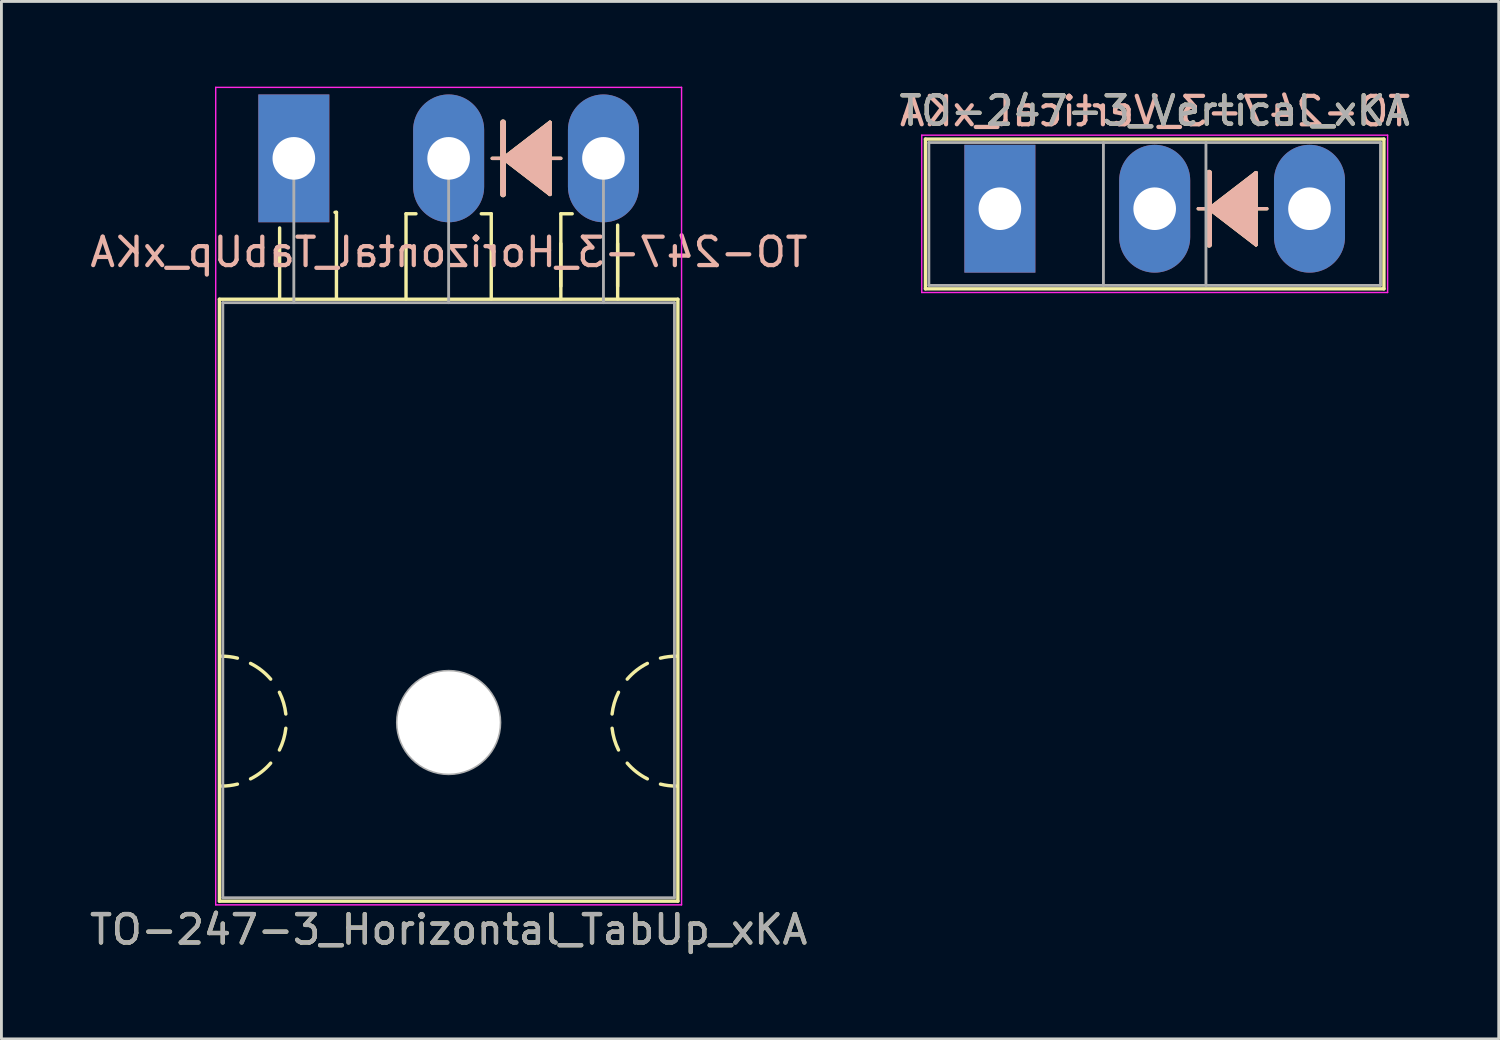
<source format=kicad_pcb>
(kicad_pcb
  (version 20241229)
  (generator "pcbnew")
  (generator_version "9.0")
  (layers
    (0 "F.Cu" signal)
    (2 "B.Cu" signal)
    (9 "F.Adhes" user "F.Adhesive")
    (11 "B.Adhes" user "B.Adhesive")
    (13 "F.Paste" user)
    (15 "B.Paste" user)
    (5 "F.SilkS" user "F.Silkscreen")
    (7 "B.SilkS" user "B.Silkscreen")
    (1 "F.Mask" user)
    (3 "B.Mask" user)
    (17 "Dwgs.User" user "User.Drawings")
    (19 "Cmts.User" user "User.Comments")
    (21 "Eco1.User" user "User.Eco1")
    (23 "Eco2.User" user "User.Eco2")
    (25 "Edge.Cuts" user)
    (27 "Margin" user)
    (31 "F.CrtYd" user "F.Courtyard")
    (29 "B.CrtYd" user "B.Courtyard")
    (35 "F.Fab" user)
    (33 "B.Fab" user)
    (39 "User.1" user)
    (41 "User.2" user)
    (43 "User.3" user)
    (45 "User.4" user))
  (footprint "TO-247-3_Horizontal_TabUp_xKA"
    (layer "F.Cu")
    (at 7.294 2.525)
    (property "Reference" "TO-247-3_Horizontal_TabUp_xKA" (at 5.45 27.15 0) (layer "F.SilkS") (effects (font (size 1 1) (thickness 0.15))))
    (fp_line (start -2.62 4.96) (end -2.62 26.15) (stroke (width 0.12) (type solid)) (layer "F.SilkS"))
    (fp_line (start -2.62 4.96) (end 13.52 4.96) (stroke (width 0.12) (type solid)) (layer "F.SilkS"))
    (fp_line (start -2.62 26.15) (end 13.52 26.15) (stroke (width 0.12) (type solid)) (layer "F.SilkS"))
    (fp_line (start -0.5 4.9) (end -0.5 2.45) (stroke (width 0.12) (type solid)) (layer "F.SilkS"))
    (fp_line (start 1.5 1.9) (end 1.45 1.9) (stroke (width 0.12) (type solid)) (layer "F.SilkS"))
    (fp_line (start 1.5 4.9) (end 1.5 1.9) (stroke (width 0.12) (type solid)) (layer "F.SilkS"))
    (fp_line (start 3.95 1.95) (end 4.3 1.95) (stroke (width 0.12) (type solid)) (layer "F.SilkS"))
    (fp_line (start 3.95 4.95) (end 3.95 1.95) (stroke (width 0.12) (type solid)) (layer "F.SilkS"))
    (fp_line (start 6.95 1.95) (end 6.6 1.95) (stroke (width 0.12) (type solid)) (layer "F.SilkS"))
    (fp_line (start 6.95 4.95) (end 6.95 1.95) (stroke (width 0.12) (type solid)) (layer "F.SilkS"))
    (fp_line (start 6.985 0) (end 7.366 0) (stroke (width 0.12) (type solid)) (layer "F.SilkS"))
    (fp_line (start 7.366 -1.27) (end 7.366 0) (stroke (width 0.2) (type solid)) (layer "F.SilkS"))
    (fp_line (start 7.366 0) (end 7.366 1.27) (stroke (width 0.2) (type solid)) (layer "F.SilkS"))
    (fp_line (start 7.366 0) (end 9.017 1.27) (stroke (width 0.12) (type solid)) (layer "F.SilkS"))
    (fp_line (start 9.017 -1.27) (end 7.366 0) (stroke (width 0.12) (type solid)) (layer "F.SilkS"))
    (fp_line (start 9.017 1.27) (end 9.017 -1.27) (stroke (width 0.12) (type solid)) (layer "F.SilkS"))
    (fp_line (start 9.398 0) (end 9.017 0) (stroke (width 0.12) (type solid)) (layer "F.SilkS"))
    (fp_line (start 9.4 1.95) (end 9.8 1.95) (stroke (width 0.12) (type solid)) (layer "F.SilkS"))
    (fp_line (start 9.4 4.5) (end 9.4 3) (stroke (width 0.12) (type solid)) (layer "F.SilkS"))
    (fp_line (start 9.4 4.95) (end 9.4 1.95) (stroke (width 0.12) (type solid)) (layer "F.SilkS"))
    (fp_line (start 11.4 4.5) (end 11.4 3) (stroke (width 0.12) (type solid)) (layer "F.SilkS"))
    (fp_line (start 11.4 4.95) (end 11.4 2.35) (stroke (width 0.12) (type solid)) (layer "F.SilkS"))
    (fp_line (start 13.52 4.96) (end 13.52 26.15) (stroke (width 0.12) (type solid)) (layer "F.SilkS"))
    (fp_arc (start -2.54 17.526) (mid -2.260689 17.543128) (end -1.985564 17.594254) (stroke (width 0.12) (type solid)) (layer "F.SilkS"))
    (fp_arc (start -1.985564 22.029746) (mid -2.260689 22.080872) (end -2.54 22.098) (stroke (width 0.12) (type solid)) (layer "F.SilkS"))
    (fp_arc (start -1.524001 17.780001) (mid -1.14188 18.02132) (end -0.815088 18.333504) (stroke (width 0.12) (type solid)) (layer "F.SilkS"))
    (fp_arc (start -0.815087 21.290497) (mid -1.141879 21.60268) (end -1.524 21.844) (stroke (width 0.12) (type solid)) (layer "F.SilkS"))
    (fp_arc (start -0.508001 18.796001) (mid -0.361178 19.168563) (end -0.282051 19.561117) (stroke (width 0.12) (type solid)) (layer "F.SilkS"))
    (fp_arc (start -0.282051 20.062883) (mid -0.361178 20.455437) (end -0.508001 20.827999) (stroke (width 0.12) (type solid)) (layer "F.SilkS"))
    (fp_arc (start 11.204051 19.561117) (mid 11.283178 19.168563) (end 11.430001 18.796001) (stroke (width 0.12) (type solid)) (layer "F.SilkS"))
    (fp_arc (start 11.430001 20.827999) (mid 11.283178 20.455437) (end 11.204051 20.062883) (stroke (width 0.12) (type solid)) (layer "F.SilkS"))
    (fp_arc (start 11.737087 18.333503) (mid 12.063879 18.02132) (end 12.446 17.78) (stroke (width 0.12) (type solid)) (layer "F.SilkS"))
    (fp_arc (start 12.446001 21.843999) (mid 12.06388 21.60268) (end 11.737088 21.290496) (stroke (width 0.12) (type solid)) (layer "F.SilkS"))
    (fp_arc (start 12.907564 17.594254) (mid 13.182689 17.543128) (end 13.462 17.526) (stroke (width 0.12) (type solid)) (layer "F.SilkS"))
    (fp_arc (start 13.462 22.098) (mid 13.182689 22.080872) (end 12.907564 22.029746) (stroke (width 0.12) (type solid)) (layer "F.SilkS"))
    (fp_poly (pts (xy 9.017 1.27) (xy 7.366 0) (xy 9.017 -1.27)) (stroke (width 0.1) (type solid)) (fill yes) (layer "F.SilkS"))
    (fp_line (start 6.985 0) (end 7.366 0) (stroke (width 0.12) (type solid)) (layer "B.SilkS"))
    (fp_line (start 7.366 0) (end 7.366 -1.27) (stroke (width 0.2) (type solid)) (layer "B.SilkS"))
    (fp_line (start 7.366 0) (end 9.017 -1.27) (stroke (width 0.12) (type solid)) (layer "B.SilkS"))
    (fp_line (start 7.366 1.27) (end 7.366 0) (stroke (width 0.2) (type solid)) (layer "B.SilkS"))
    (fp_line (start 9.017 -1.27) (end 9.017 1.27) (stroke (width 0.12) (type solid)) (layer "B.SilkS"))
    (fp_line (start 9.017 1.27) (end 7.366 0) (stroke (width 0.12) (type solid)) (layer "B.SilkS"))
    (fp_line (start 9.398 0) (end 9.017 0) (stroke (width 0.12) (type solid)) (layer "B.SilkS"))
    (fp_poly (pts (xy 9.017 -1.27) (xy 7.366 0) (xy 9.017 1.27)) (stroke (width 0.1) (type solid)) (fill yes) (layer "B.SilkS"))
    (fp_line (start -2.75 -2.5) (end -2.75 26.28) (stroke (width 0.05) (type solid)) (layer "F.CrtYd"))
    (fp_line (start -2.75 26.28) (end 13.65 26.28) (stroke (width 0.05) (type solid)) (layer "F.CrtYd"))
    (fp_line (start 13.65 -2.5) (end -2.75 -2.5) (stroke (width 0.05) (type solid)) (layer "F.CrtYd"))
    (fp_line (start 13.65 26.28) (end 13.65 -2.5) (stroke (width 0.05) (type solid)) (layer "F.CrtYd"))
    (fp_line (start -2.5 5.08) (end -2.5 26.03) (stroke (width 0.1) (type solid)) (layer "F.Fab"))
    (fp_line (start -2.5 26.03) (end 13.4 26.03) (stroke (width 0.1) (type solid)) (layer "F.Fab"))
    (fp_line (start 0 5.08) (end 0 0) (stroke (width 0.1) (type solid)) (layer "F.Fab"))
    (fp_line (start 5.45 5.08) (end 5.45 0) (stroke (width 0.1) (type solid)) (layer "F.Fab"))
    (fp_line (start 10.9 5.08) (end 10.9 0) (stroke (width 0.1) (type solid)) (layer "F.Fab"))
    (fp_line (start 13.4 5.08) (end -2.5 5.08) (stroke (width 0.1) (type solid)) (layer "F.Fab"))
    (fp_line (start 13.4 26.03) (end 13.4 5.08) (stroke (width 0.1) (type solid)) (layer "F.Fab"))
    (fp_circle (center 5.45 19.86) (end 7.255 19.86) (stroke (width 0.1) (type solid)) (fill no) (layer "F.Fab"))
    (fp_text user "${REFERENCE}" (at 5.461 3.302 0) (layer "B.SilkS") (effects (font (size 1 1) (thickness 0.15)) (justify mirror)))
    (fp_text user "${REFERENCE}" (at 5.45 27.15 0) (layer "F.Fab") (effects (font (size 1 1) (thickness 0.15))))
    (pad "" np_thru_hole oval (at 5.45 19.86) (size 3.6 3.6) (drill 3.6) (layers "*.Cu" "*.Mask"))
    (pad "1" thru_hole rect (at 0 0) (size 2.5 4.5) (drill 1.5) (layers "*.Cu" "*.Mask"))
    (pad "2" thru_hole oval (at 5.45 0) (size 2.5 4.5) (drill 1.5) (layers "*.Cu" "*.Mask"))
    (pad "3" thru_hole oval (at 10.9 0) (size 2.5 4.5) (drill 1.5) (layers "*.Cu" "*.Mask")))
  (footprint "TO-247-3_Vertical_xKA"
    (layer "F.Cu")
    (at 32.15 4.298)
    (property "Reference" "TO-247-3_Vertical_xKA" (at 5.45 -3.45 0) (layer "F.SilkS") (effects (font (size 1 1) (thickness 0.15))))
    (attr through_hole)
    (fp_line (start -2.62 -2.451) (end -2.62 2.82) (stroke (width 0.12) (type solid)) (layer "F.SilkS"))
    (fp_line (start -2.62 -2.451) (end 13.52 -2.451) (stroke (width 0.12) (type solid)) (layer "F.SilkS"))
    (fp_line (start -2.62 2.82) (end 13.52 2.82) (stroke (width 0.12) (type solid)) (layer "F.SilkS"))
    (fp_line (start 6.985 0) (end 7.366 0) (stroke (width 0.12) (type solid)) (layer "F.SilkS"))
    (fp_line (start 7.366 -1.27) (end 7.366 0) (stroke (width 0.2) (type solid)) (layer "F.SilkS"))
    (fp_line (start 7.366 0) (end 7.366 1.27) (stroke (width 0.2) (type solid)) (layer "F.SilkS"))
    (fp_line (start 7.366 0) (end 9.017 1.27) (stroke (width 0.12) (type solid)) (layer "F.SilkS"))
    (fp_line (start 9.017 -1.27) (end 7.366 0) (stroke (width 0.12) (type solid)) (layer "F.SilkS"))
    (fp_line (start 9.017 1.27) (end 9.017 -1.27) (stroke (width 0.12) (type solid)) (layer "F.SilkS"))
    (fp_line (start 9.398 0) (end 9.017 0) (stroke (width 0.12) (type solid)) (layer "F.SilkS"))
    (fp_line (start 13.52 -2.451) (end 13.52 2.82) (stroke (width 0.12) (type solid)) (layer "F.SilkS"))
    (fp_poly (pts (xy 9.017 1.27) (xy 7.366 0) (xy 9.017 -1.27)) (stroke (width 0.1) (type solid)) (fill yes) (layer "F.SilkS"))
    (fp_line (start 6.985 0) (end 7.366 0) (stroke (width 0.12) (type solid)) (layer "B.SilkS"))
    (fp_line (start 7.366 0) (end 7.366 -1.27) (stroke (width 0.2) (type solid)) (layer "B.SilkS"))
    (fp_line (start 7.366 0) (end 9.017 -1.27) (stroke (width 0.12) (type solid)) (layer "B.SilkS"))
    (fp_line (start 7.366 1.27) (end 7.366 0) (stroke (width 0.2) (type solid)) (layer "B.SilkS"))
    (fp_line (start 9.017 -1.27) (end 9.017 1.27) (stroke (width 0.12) (type solid)) (layer "B.SilkS"))
    (fp_line (start 9.017 1.27) (end 7.366 0) (stroke (width 0.12) (type solid)) (layer "B.SilkS"))
    (fp_line (start 9.398 0) (end 9.017 0) (stroke (width 0.12) (type solid)) (layer "B.SilkS"))
    (fp_poly (pts (xy 9.017 -1.27) (xy 7.366 0) (xy 9.017 1.27)) (stroke (width 0.1) (type solid)) (fill yes) (layer "B.SilkS"))
    (fp_line (start -2.75 -2.59) (end -2.75 2.95) (stroke (width 0.05) (type solid)) (layer "F.CrtYd"))
    (fp_line (start -2.75 2.95) (end 13.65 2.95) (stroke (width 0.05) (type solid)) (layer "F.CrtYd"))
    (fp_line (start 13.65 -2.59) (end -2.75 -2.59) (stroke (width 0.05) (type solid)) (layer "F.CrtYd"))
    (fp_line (start 13.65 2.95) (end 13.65 -2.59) (stroke (width 0.05) (type solid)) (layer "F.CrtYd"))
    (fp_line (start -2.5 -2.33) (end -2.5 2.7) (stroke (width 0.1) (type solid)) (layer "F.Fab"))
    (fp_line (start -2.5 2.7) (end 13.4 2.7) (stroke (width 0.1) (type solid)) (layer "F.Fab"))
    (fp_line (start 3.645 -2.33) (end 3.645 2.7) (stroke (width 0.1) (type solid)) (layer "F.Fab"))
    (fp_line (start 7.255 -2.33) (end 7.255 2.7) (stroke (width 0.1) (type solid)) (layer "F.Fab"))
    (fp_line (start 13.4 -2.33) (end -2.5 -2.33) (stroke (width 0.1) (type solid)) (layer "F.Fab"))
    (fp_line (start 13.4 2.7) (end 13.4 -2.33) (stroke (width 0.1) (type solid)) (layer "F.Fab"))
    (fp_text user "${REFERENCE}" (at 5.461 -3.429 0) (layer "B.SilkS") (effects (font (size 1 1) (thickness 0.15)) (justify mirror)))
    (fp_text user "${REFERENCE}" (at 5.45 -3.45 0) (layer "F.Fab") (effects (font (size 1 1) (thickness 0.15))))
    (pad "1" thru_hole rect (at 0 0) (size 2.5 4.5) (drill 1.5) (layers "*.Cu" "*.Mask"))
    (pad "2" thru_hole oval (at 5.45 0) (size 2.5 4.5) (drill 1.5) (layers "*.Cu" "*.Mask"))
    (pad "3" thru_hole oval (at 10.9 0) (size 2.5 4.5) (drill 1.5) (layers "*.Cu" "*.Mask")))
  (gr_rect
    (start -3 -3)
    (end 49.712 33.523)
    (stroke (width 0.1) (type default))
    (fill no)
    (layer "Edge.Cuts")))
</source>
